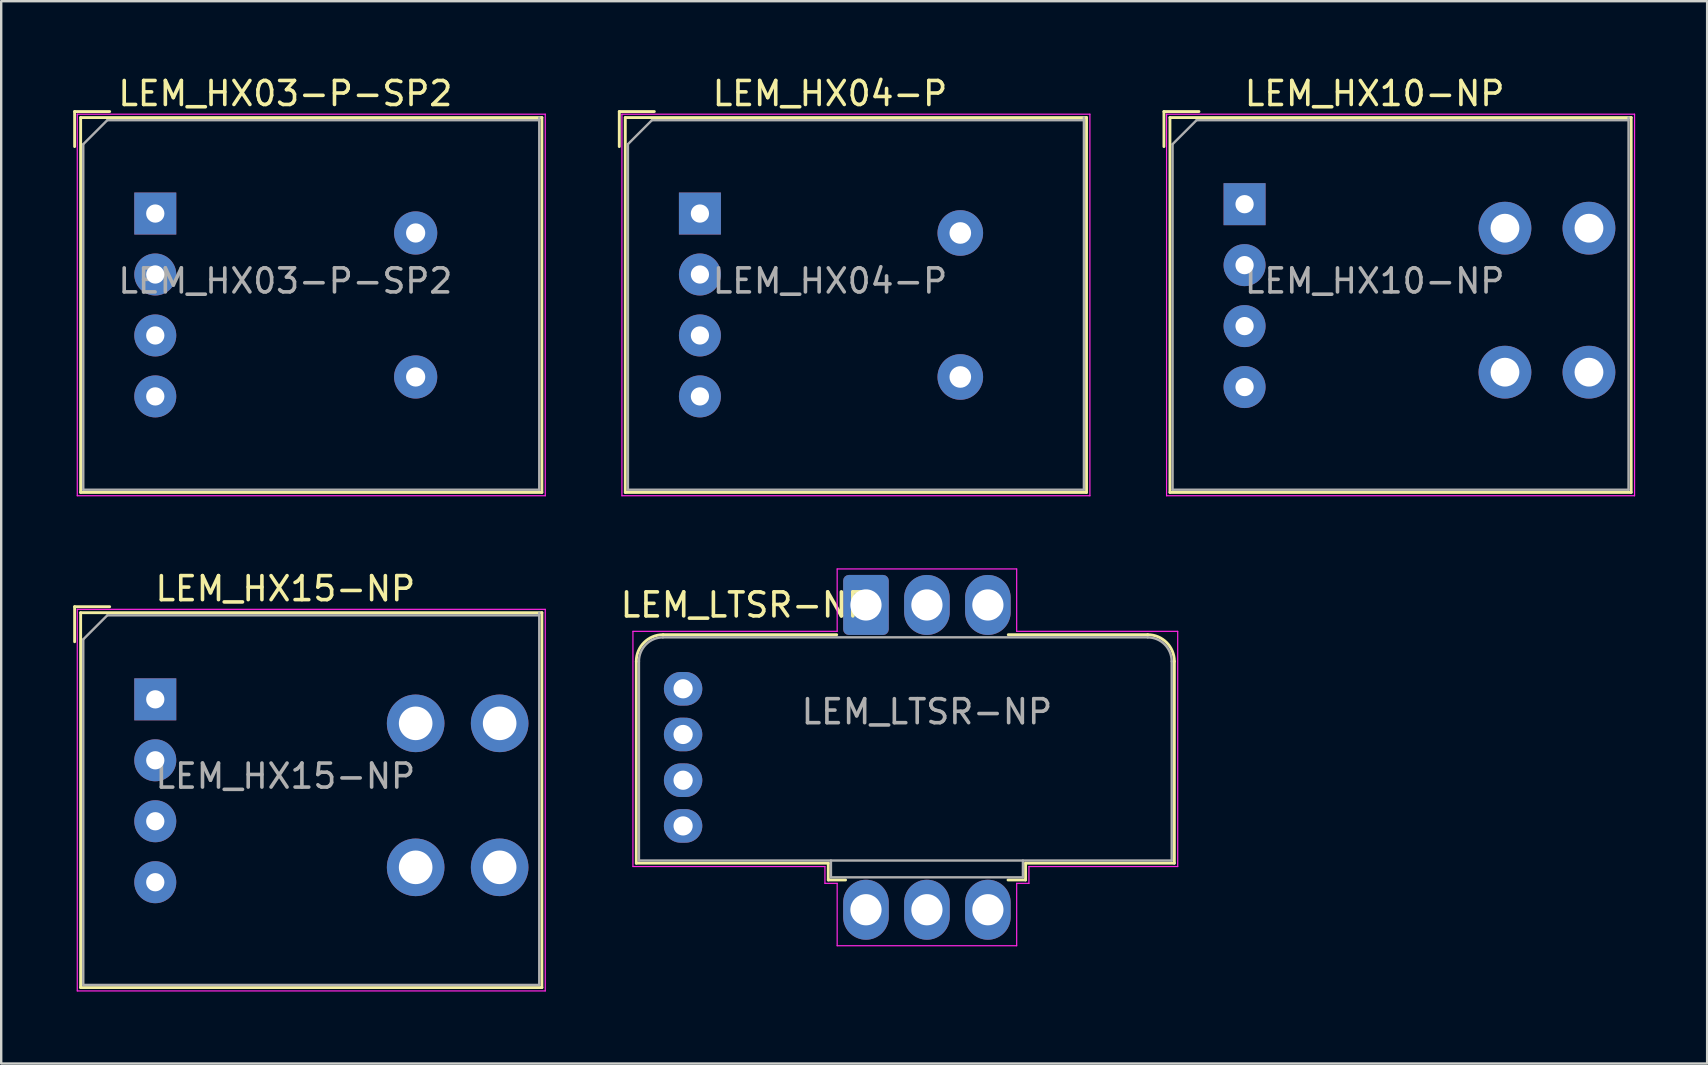
<source format=kicad_pcb>
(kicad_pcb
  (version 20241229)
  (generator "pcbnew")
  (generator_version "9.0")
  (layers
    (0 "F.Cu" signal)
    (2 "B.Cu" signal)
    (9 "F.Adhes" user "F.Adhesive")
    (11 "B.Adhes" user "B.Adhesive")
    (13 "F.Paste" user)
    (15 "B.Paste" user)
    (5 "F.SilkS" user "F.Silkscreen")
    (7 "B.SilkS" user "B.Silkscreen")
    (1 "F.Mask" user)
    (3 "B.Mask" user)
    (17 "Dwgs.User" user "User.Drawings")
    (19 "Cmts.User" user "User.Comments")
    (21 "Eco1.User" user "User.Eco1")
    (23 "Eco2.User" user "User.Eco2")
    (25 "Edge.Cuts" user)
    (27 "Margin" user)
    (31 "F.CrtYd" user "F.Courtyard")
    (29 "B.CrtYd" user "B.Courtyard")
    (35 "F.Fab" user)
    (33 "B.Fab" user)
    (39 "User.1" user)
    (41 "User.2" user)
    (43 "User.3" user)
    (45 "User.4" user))
  (footprint "LEM_HX15-NP"
    (layer "F.Cu")
    (at 3.42 26.091)
    (property "Reference" "LEM_HX15-NP" (at 5.42 -4.61 0) (layer "F.SilkS") (effects (font (size 1 1) (thickness 0.15))))
    (attr through_hole)
    (fp_line (start -3.36 -2.4) (end -3.36 -3.86) (stroke (width 0.12) (type solid)) (layer "F.SilkS"))
    (fp_line (start -3.11 -3.61) (end -3.11 12.01) (stroke (width 0.12) (type solid)) (layer "F.SilkS"))
    (fp_line (start -3.11 12.01) (end 16.11 12.01) (stroke (width 0.12) (type solid)) (layer "F.SilkS"))
    (fp_line (start -1.9 -3.86) (end -3.36 -3.86) (stroke (width 0.12) (type solid)) (layer "F.SilkS"))
    (fp_line (start 16.11 -3.61) (end -3.11 -3.61) (stroke (width 0.12) (type solid)) (layer "F.SilkS"))
    (fp_line (start 16.11 12.01) (end 16.11 -3.61) (stroke (width 0.12) (type solid)) (layer "F.SilkS"))
    (fp_line (start -3.25 -3.75) (end -3.25 12.15) (stroke (width 0.05) (type solid)) (layer "F.CrtYd"))
    (fp_line (start -3.25 12.15) (end 16.25 12.15) (stroke (width 0.05) (type solid)) (layer "F.CrtYd"))
    (fp_line (start 16.25 -3.75) (end -3.25 -3.75) (stroke (width 0.05) (type solid)) (layer "F.CrtYd"))
    (fp_line (start 16.25 12.15) (end 16.25 -3.75) (stroke (width 0.05) (type solid)) (layer "F.CrtYd"))
    (fp_line (start -3 -2.5) (end -3 11.9) (stroke (width 0.1) (type solid)) (layer "F.Fab"))
    (fp_line (start -3 11.9) (end 16 11.9) (stroke (width 0.1) (type solid)) (layer "F.Fab"))
    (fp_line (start -2 -3.5) (end -3 -2.5) (stroke (width 0.1) (type solid)) (layer "F.Fab"))
    (fp_line (start 16 -3.5) (end -2 -3.5) (stroke (width 0.1) (type solid)) (layer "F.Fab"))
    (fp_line (start 16 11.9) (end 16 -3.61) (stroke (width 0.1) (type solid)) (layer "F.Fab"))
    (fp_text user "${REFERENCE}" (at 5.42 3.2 0) (layer "F.Fab") (effects (font (size 1 1) (thickness 0.15))))
    (pad "1" thru_hole rect (at 0 0) (size 1.75 1.75) (drill 0.76) (layers "*.Cu" "*.Mask"))
    (pad "2" thru_hole circle (at 0 2.54) (size 1.75 1.75) (drill 0.76) (layers "*.Cu" "*.Mask"))
    (pad "3" thru_hole circle (at 0 5.08) (size 1.75 1.75) (drill 0.76) (layers "*.Cu" "*.Mask"))
    (pad "4" thru_hole circle (at 0 7.62) (size 1.75 1.75) (drill 0.76) (layers "*.Cu" "*.Mask"))
    (pad "5" thru_hole circle (at 10.85 1) (size 2.4 2.4) (drill 1.4) (layers "*.Cu" "*.Mask"))
    (pad "6" thru_hole circle (at 10.85 7) (size 2.4 2.4) (drill 1.4) (layers "*.Cu" "*.Mask"))
    (pad "7" thru_hole circle (at 14.35 1) (size 2.4 2.4) (drill 1.4) (layers "*.Cu" "*.Mask"))
    (pad "8" thru_hole circle (at 14.35 7) (size 2.4 2.4) (drill 1.4) (layers "*.Cu" "*.Mask")))
  (footprint "LEM_LTSR-NP"
    (layer "F.Cu")
    (at 33.034 22.158)
    (property "Reference" "LEM_LTSR-NP" (at -5 0 0) (layer "F.SilkS") (effects (font (size 1 1) (thickness 0.15))))
    (attr through_hole)
    (fp_line (start -9.57 10.76) (end -9.57 2.36) (stroke (width 0.12) (type solid)) (layer "F.SilkS"))
    (fp_line (start -9.57 10.76) (end -1.57 10.76) (stroke (width 0.12) (type solid)) (layer "F.SilkS"))
    (fp_line (start -8.45 1.24) (end -1.22 1.24) (stroke (width 0.12) (type solid)) (layer "F.SilkS"))
    (fp_line (start -1.57 11.46) (end -1.57 10.76) (stroke (width 0.12) (type solid)) (layer "F.SilkS"))
    (fp_line (start -1.57 11.46) (end -0.85 11.46) (stroke (width 0.12) (type solid)) (layer "F.SilkS"))
    (fp_line (start 5.92 11.46) (end 6.65 11.46) (stroke (width 0.12) (type solid)) (layer "F.SilkS"))
    (fp_line (start 5.93 1.24) (end 11.74 1.24) (stroke (width 0.12) (type solid)) (layer "F.SilkS"))
    (fp_line (start 6.65 10.76) (end 12.85 10.76) (stroke (width 0.12) (type solid)) (layer "F.SilkS"))
    (fp_line (start 6.65 11.46) (end 6.65 10.76) (stroke (width 0.12) (type solid)) (layer "F.SilkS"))
    (fp_line (start 12.85 10.76) (end 12.85 2.35) (stroke (width 0.12) (type solid)) (layer "F.SilkS"))
    (fp_arc (start -9.57 2.35) (mid -9.244889 1.565111) (end -8.46 1.24) (stroke (width 0.12) (type solid)) (layer "F.SilkS"))
    (fp_arc (start 11.74 1.24) (mid 12.524889 1.565111) (end 12.85 2.35) (stroke (width 0.12) (type solid)) (layer "F.SilkS"))
    (fp_line (start -9.71 1.1) (end -9.71 10.9) (stroke (width 0.05) (type solid)) (layer "F.CrtYd"))
    (fp_line (start -9.71 1.1) (end -1.2 1.1) (stroke (width 0.05) (type solid)) (layer "F.CrtYd"))
    (fp_line (start -9.71 10.9) (end -1.71 10.9) (stroke (width 0.05) (type solid)) (layer "F.CrtYd"))
    (fp_line (start -1.71 11.6) (end -1.71 10.9) (stroke (width 0.05) (type solid)) (layer "F.CrtYd"))
    (fp_line (start -1.71 11.6) (end -1.2 11.6) (stroke (width 0.05) (type solid)) (layer "F.CrtYd"))
    (fp_line (start -1.2 -1.5) (end -1.2 1.1) (stroke (width 0.05) (type solid)) (layer "F.CrtYd"))
    (fp_line (start -1.2 -1.5) (end 6.28 -1.5) (stroke (width 0.05) (type solid)) (layer "F.CrtYd"))
    (fp_line (start -1.2 11.6) (end -1.2 14.2) (stroke (width 0.05) (type solid)) (layer "F.CrtYd"))
    (fp_line (start -1.2 14.2) (end 6.28 14.2) (stroke (width 0.05) (type solid)) (layer "F.CrtYd"))
    (fp_line (start 6.28 -1.5) (end 6.28 1.1) (stroke (width 0.05) (type solid)) (layer "F.CrtYd"))
    (fp_line (start 6.28 1.1) (end 12.99 1.1) (stroke (width 0.05) (type solid)) (layer "F.CrtYd"))
    (fp_line (start 6.28 11.6) (end 6.28 14.2) (stroke (width 0.05) (type solid)) (layer "F.CrtYd"))
    (fp_line (start 6.28 11.6) (end 6.79 11.6) (stroke (width 0.05) (type solid)) (layer "F.CrtYd"))
    (fp_line (start 6.79 10.9) (end 12.99 10.9) (stroke (width 0.05) (type solid)) (layer "F.CrtYd"))
    (fp_line (start 6.79 11.6) (end 6.79 10.9) (stroke (width 0.05) (type solid)) (layer "F.CrtYd"))
    (fp_line (start 12.99 1.1) (end 12.99 10.9) (stroke (width 0.05) (type solid)) (layer "F.CrtYd"))
    (fp_line (start -9.46 10.65) (end -9.46 2.35) (stroke (width 0.1) (type solid)) (layer "F.Fab"))
    (fp_line (start -9.46 10.65) (end 12.74 10.65) (stroke (width 0.1) (type solid)) (layer "F.Fab"))
    (fp_line (start -8.46 1.35) (end 11.74 1.35) (stroke (width 0.1) (type solid)) (layer "F.Fab"))
    (fp_line (start -1.46 11.35) (end -1.46 10.65) (stroke (width 0.1) (type solid)) (layer "F.Fab"))
    (fp_line (start -1.46 11.35) (end 6.54 11.35) (stroke (width 0.1) (type solid)) (layer "F.Fab"))
    (fp_line (start 6.54 11.35) (end 6.54 10.65) (stroke (width 0.1) (type solid)) (layer "F.Fab"))
    (fp_line (start 12.74 10.65) (end 12.74 2.35) (stroke (width 0.1) (type solid)) (layer "F.Fab"))
    (fp_arc (start -9.46 2.35) (mid -9.167107 1.642893) (end -8.46 1.35) (stroke (width 0.1) (type solid)) (layer "F.Fab"))
    (fp_arc (start 11.74 1.35) (mid 12.447107 1.642893) (end 12.74 2.35) (stroke (width 0.1) (type solid)) (layer "F.Fab"))
    (fp_text user "${REFERENCE}" (at 2.54 4.45 0) (layer "F.Fab") (effects (font (size 1 1) (thickness 0.15))))
    (pad "1" thru_hole roundrect (at 0 0) (size 1.9 2.5) (drill 1.3) (layers "*.Cu" "*.Mask") (roundrect_rratio 0.125))
    (pad "2" thru_hole oval (at 2.54 0) (size 1.9 2.5) (drill 1.3) (layers "*.Cu" "*.Mask"))
    (pad "3" thru_hole oval (at 5.08 0) (size 1.9 2.5) (drill 1.3) (layers "*.Cu" "*.Mask"))
    (pad "4" thru_hole oval (at 5.08 12.7) (size 1.9 2.5) (drill 1.3) (layers "*.Cu" "*.Mask"))
    (pad "5" thru_hole oval (at 2.54 12.7) (size 1.9 2.5) (drill 1.3) (layers "*.Cu" "*.Mask"))
    (pad "6" thru_hole oval (at 0 12.7) (size 1.9 2.5) (drill 1.3) (layers "*.Cu" "*.Mask"))
    (pad "7" thru_hole oval (at -7.62 9.207) (size 1.6 1.4) (drill 0.8) (layers "*.Cu" "*.Mask"))
    (pad "8" thru_hole oval (at -7.62 7.303) (size 1.6 1.4) (drill 0.8) (layers "*.Cu" "*.Mask"))
    (pad "9" thru_hole oval (at -7.62 5.397) (size 1.6 1.4) (drill 0.8) (layers "*.Cu" "*.Mask"))
    (pad "10" thru_hole oval (at -7.62 3.493) (size 1.6 1.4) (drill 0.8) (layers "*.Cu" "*.Mask")))
  (footprint "LEM_HX03-P-SP2"
    (layer "F.Cu")
    (at 3.42 5.848)
    (property "Reference" "LEM_HX03-P-SP2" (at 5.42 -5 0) (layer "F.SilkS") (effects (font (size 1 1) (thickness 0.15))))
    (attr through_hole)
    (fp_line (start -3.36 -2.79) (end -3.36 -4.25) (stroke (width 0.12) (type solid)) (layer "F.SilkS"))
    (fp_line (start -3.11 -4) (end -3.11 11.62) (stroke (width 0.12) (type solid)) (layer "F.SilkS"))
    (fp_line (start -3.11 11.62) (end 16.11 11.62) (stroke (width 0.12) (type solid)) (layer "F.SilkS"))
    (fp_line (start -1.9 -4.25) (end -3.36 -4.25) (stroke (width 0.12) (type solid)) (layer "F.SilkS"))
    (fp_line (start 16.11 -4) (end -3.11 -4) (stroke (width 0.12) (type solid)) (layer "F.SilkS"))
    (fp_line (start 16.11 11.62) (end 16.11 -4) (stroke (width 0.12) (type solid)) (layer "F.SilkS"))
    (fp_line (start -3.25 -4.14) (end -3.25 11.76) (stroke (width 0.05) (type solid)) (layer "F.CrtYd"))
    (fp_line (start -3.25 11.76) (end 16.25 11.76) (stroke (width 0.05) (type solid)) (layer "F.CrtYd"))
    (fp_line (start 16.25 -4.14) (end -3.25 -4.14) (stroke (width 0.05) (type solid)) (layer "F.CrtYd"))
    (fp_line (start 16.25 11.76) (end 16.25 -4.14) (stroke (width 0.05) (type solid)) (layer "F.CrtYd"))
    (fp_line (start -3 -2.89) (end -3 11.51) (stroke (width 0.1) (type solid)) (layer "F.Fab"))
    (fp_line (start -3 11.51) (end 16 11.51) (stroke (width 0.1) (type solid)) (layer "F.Fab"))
    (fp_line (start -2 -3.89) (end -3 -2.89) (stroke (width 0.1) (type solid)) (layer "F.Fab"))
    (fp_line (start 16 -3.89) (end -2 -3.89) (stroke (width 0.1) (type solid)) (layer "F.Fab"))
    (fp_line (start 16 11.51) (end 16 -4) (stroke (width 0.1) (type solid)) (layer "F.Fab"))
    (fp_text user "${REFERENCE}" (at 5.42 2.81 0) (layer "F.Fab") (effects (font (size 1 1) (thickness 0.15))))
    (pad "1" thru_hole rect (at 0 0) (size 1.75 1.75) (drill 0.76) (layers "*.Cu" "*.Mask"))
    (pad "2" thru_hole circle (at 0 2.54) (size 1.75 1.75) (drill 0.76) (layers "*.Cu" "*.Mask"))
    (pad "3" thru_hole circle (at 0 5.08) (size 1.75 1.75) (drill 0.76) (layers "*.Cu" "*.Mask"))
    (pad "4" thru_hole circle (at 0 7.62) (size 1.75 1.75) (drill 0.76) (layers "*.Cu" "*.Mask"))
    (pad "5" thru_hole circle (at 10.85 0.81) (size 1.8 1.8) (drill 0.8) (layers "*.Cu" "*.Mask"))
    (pad "6" thru_hole circle (at 10.85 6.81) (size 1.8 1.8) (drill 0.8) (layers "*.Cu" "*.Mask")))
  (footprint "LEM_HX10-NP"
    (layer "F.Cu")
    (at 48.81 5.458)
    (property "Reference" "LEM_HX10-NP" (at 5.42 -4.61 0) (layer "F.SilkS") (effects (font (size 1 1) (thickness 0.15))))
    (attr through_hole)
    (fp_line (start -3.36 -2.4) (end -3.36 -3.86) (stroke (width 0.12) (type solid)) (layer "F.SilkS"))
    (fp_line (start -3.11 -3.61) (end -3.11 12.01) (stroke (width 0.12) (type solid)) (layer "F.SilkS"))
    (fp_line (start -3.11 12.01) (end 16.11 12.01) (stroke (width 0.12) (type solid)) (layer "F.SilkS"))
    (fp_line (start -1.9 -3.86) (end -3.36 -3.86) (stroke (width 0.12) (type solid)) (layer "F.SilkS"))
    (fp_line (start 16.11 -3.61) (end -3.11 -3.61) (stroke (width 0.12) (type solid)) (layer "F.SilkS"))
    (fp_line (start 16.11 12.01) (end 16.11 -3.61) (stroke (width 0.12) (type solid)) (layer "F.SilkS"))
    (fp_line (start -3.25 -3.75) (end -3.25 12.15) (stroke (width 0.05) (type solid)) (layer "F.CrtYd"))
    (fp_line (start -3.25 12.15) (end 16.25 12.15) (stroke (width 0.05) (type solid)) (layer "F.CrtYd"))
    (fp_line (start 16.25 -3.75) (end -3.25 -3.75) (stroke (width 0.05) (type solid)) (layer "F.CrtYd"))
    (fp_line (start 16.25 12.15) (end 16.25 -3.75) (stroke (width 0.05) (type solid)) (layer "F.CrtYd"))
    (fp_line (start -3 -2.5) (end -3 11.9) (stroke (width 0.1) (type solid)) (layer "F.Fab"))
    (fp_line (start -3 11.9) (end 16 11.9) (stroke (width 0.1) (type solid)) (layer "F.Fab"))
    (fp_line (start -2 -3.5) (end -3 -2.5) (stroke (width 0.1) (type solid)) (layer "F.Fab"))
    (fp_line (start 16 -3.5) (end -2 -3.5) (stroke (width 0.1) (type solid)) (layer "F.Fab"))
    (fp_line (start 16 11.9) (end 16 -3.61) (stroke (width 0.1) (type solid)) (layer "F.Fab"))
    (fp_text user "${REFERENCE}" (at 5.42 3.2 0) (layer "F.Fab") (effects (font (size 1 1) (thickness 0.15))))
    (pad "1" thru_hole rect (at 0 0) (size 1.75 1.75) (drill 0.76) (layers "*.Cu" "*.Mask"))
    (pad "2" thru_hole circle (at 0 2.54) (size 1.75 1.75) (drill 0.76) (layers "*.Cu" "*.Mask"))
    (pad "3" thru_hole circle (at 0 5.08) (size 1.75 1.75) (drill 0.76) (layers "*.Cu" "*.Mask"))
    (pad "4" thru_hole circle (at 0 7.62) (size 1.75 1.75) (drill 0.76) (layers "*.Cu" "*.Mask"))
    (pad "5" thru_hole circle (at 10.85 1) (size 2.2 2.2) (drill 1.2) (layers "*.Cu" "*.Mask"))
    (pad "6" thru_hole circle (at 10.85 7) (size 2.2 2.2) (drill 1.2) (layers "*.Cu" "*.Mask"))
    (pad "7" thru_hole circle (at 14.35 1) (size 2.2 2.2) (drill 1.2) (layers "*.Cu" "*.Mask"))
    (pad "8" thru_hole circle (at 14.35 7) (size 2.2 2.2) (drill 1.2) (layers "*.Cu" "*.Mask")))
  (footprint "LEM_HX04-P"
    (layer "F.Cu")
    (at 26.115 5.848)
    (property "Reference" "LEM_HX04-P" (at 5.42 -5 0) (layer "F.SilkS") (effects (font (size 1 1) (thickness 0.15))))
    (attr through_hole)
    (fp_line (start -3.36 -2.79) (end -3.36 -4.25) (stroke (width 0.12) (type solid)) (layer "F.SilkS"))
    (fp_line (start -3.11 -4) (end -3.11 11.62) (stroke (width 0.12) (type solid)) (layer "F.SilkS"))
    (fp_line (start -3.11 11.62) (end 16.11 11.62) (stroke (width 0.12) (type solid)) (layer "F.SilkS"))
    (fp_line (start -1.9 -4.25) (end -3.36 -4.25) (stroke (width 0.12) (type solid)) (layer "F.SilkS"))
    (fp_line (start 16.11 -4) (end -3.11 -4) (stroke (width 0.12) (type solid)) (layer "F.SilkS"))
    (fp_line (start 16.11 11.62) (end 16.11 -4) (stroke (width 0.12) (type solid)) (layer "F.SilkS"))
    (fp_line (start -3.25 -4.14) (end -3.25 11.76) (stroke (width 0.05) (type solid)) (layer "F.CrtYd"))
    (fp_line (start -3.25 11.76) (end 16.25 11.76) (stroke (width 0.05) (type solid)) (layer "F.CrtYd"))
    (fp_line (start 16.25 -4.14) (end -3.25 -4.14) (stroke (width 0.05) (type solid)) (layer "F.CrtYd"))
    (fp_line (start 16.25 11.76) (end 16.25 -4.14) (stroke (width 0.05) (type solid)) (layer "F.CrtYd"))
    (fp_line (start -3 -2.89) (end -3 11.51) (stroke (width 0.1) (type solid)) (layer "F.Fab"))
    (fp_line (start -3 11.51) (end 16 11.51) (stroke (width 0.1) (type solid)) (layer "F.Fab"))
    (fp_line (start -2 -3.89) (end -3 -2.89) (stroke (width 0.1) (type solid)) (layer "F.Fab"))
    (fp_line (start 16 -3.89) (end -2 -3.89) (stroke (width 0.1) (type solid)) (layer "F.Fab"))
    (fp_line (start 16 11.51) (end 16 -4) (stroke (width 0.1) (type solid)) (layer "F.Fab"))
    (fp_text user "${REFERENCE}" (at 5.42 2.81 0) (layer "F.Fab") (effects (font (size 1 1) (thickness 0.15))))
    (pad "1" thru_hole rect (at 0 0) (size 1.75 1.75) (drill 0.76) (layers "*.Cu" "*.Mask"))
    (pad "2" thru_hole circle (at 0 2.54) (size 1.75 1.75) (drill 0.76) (layers "*.Cu" "*.Mask"))
    (pad "3" thru_hole circle (at 0 5.08) (size 1.75 1.75) (drill 0.76) (layers "*.Cu" "*.Mask"))
    (pad "4" thru_hole circle (at 0 7.62) (size 1.75 1.75) (drill 0.76) (layers "*.Cu" "*.Mask"))
    (pad "5" thru_hole circle (at 10.85 0.81) (size 1.9 1.9) (drill 0.9) (layers "*.Cu" "*.Mask"))
    (pad "6" thru_hole circle (at 10.85 6.81) (size 1.9 1.9) (drill 0.9) (layers "*.Cu" "*.Mask")))
  (gr_rect
    (start -3 -3)
    (end 68.085 41.267)
    (stroke (width 0.1) (type default))
    (fill no)
    (layer "Edge.Cuts")))
</source>
